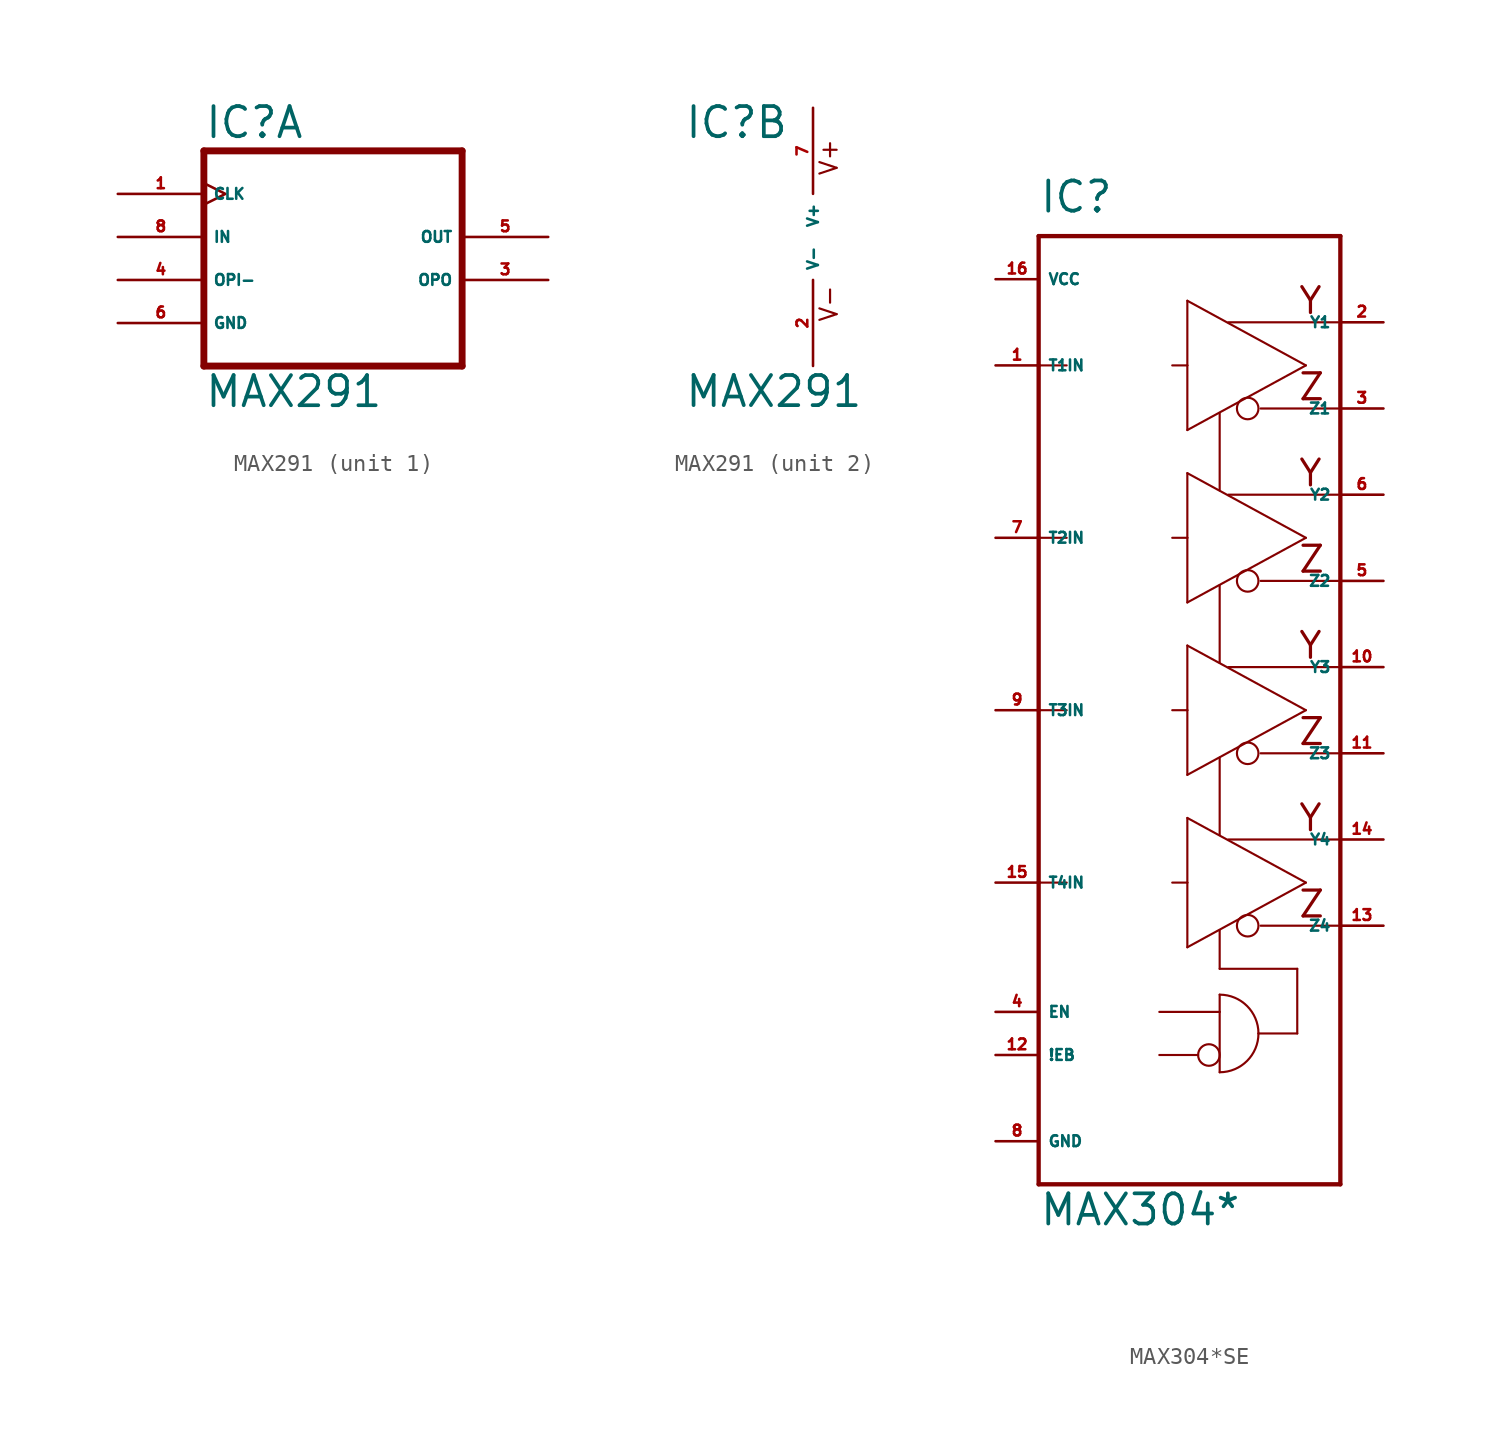
<source format=kicad_sym>
(kicad_symbol_lib
  (version 20220914)
  (generator Eagle2Kicad)
  (symbol "MAX291"
    (property "Reference" "IC"
      (at -7.62 5.715 0)
      (effects (font (size 1.778 1.778) (thickness 0.22)) (justify left bottom)))
    (property "Value" "MAX291"
      (at -7.62 -10.16 0)
      (effects (font (size 1.778 1.778) (thickness 0.22)) (justify left bottom)))
    (symbol "MAX291_1_0"
      (polyline (pts (xy -7.62 5.08) (xy -7.62 -7.62)) (stroke (width 0.406) (type default)) (fill (type none)))
      (polyline (pts (xy -7.62 -7.62) (xy 7.62 -7.62)) (stroke (width 0.406) (type default)) (fill (type none)))
      (polyline (pts (xy 7.62 -7.62) (xy 7.62 5.08)) (stroke (width 0.406) (type default)) (fill (type none)))
      (polyline (pts (xy 7.62 5.08) (xy -7.62 5.08)) (stroke (width 0.406) (type default)) (fill (type none)))
      (pin input clock (at -12.7 2.54 0) (length 5.08) (name "CLK" (effects (font (size 0.635 0.635) (thickness 0.08)) (justify left bottom))) (number "1" (effects (font (size 0.635 0.635) (thickness 0.08)) (justify left bottom))))
      (pin output line (at 12.7 -2.54 180) (length 5.08) (name "OPO" (effects (font (size 0.635 0.635) (thickness 0.08)) (justify left bottom))) (number "3" (effects (font (size 0.635 0.635) (thickness 0.08)) (justify left bottom))))
      (pin input line (at -12.7 -2.54 0) (length 5.08) (name "OPI-" (effects (font (size 0.635 0.635) (thickness 0.08)) (justify left bottom))) (number "4" (effects (font (size 0.635 0.635) (thickness 0.08)) (justify left bottom))))
      (pin output line (at 12.7 0 180) (length 5.08) (name "OUT" (effects (font (size 0.635 0.635) (thickness 0.08)) (justify left bottom))) (number "5" (effects (font (size 0.635 0.635) (thickness 0.08)) (justify left bottom))))
      (pin input line (at -12.7 0 0) (length 5.08) (name "IN" (effects (font (size 0.635 0.635) (thickness 0.08)) (justify left bottom))) (number "8" (effects (font (size 0.635 0.635) (thickness 0.08)) (justify left bottom))))
      (pin unspecified line (at -12.7 -5.08 0) (length 5.08) (name "GND" (effects (font (size 0.635 0.635) (thickness 0.08)) (justify left bottom))) (number "6" (effects (font (size 0.635 0.635) (thickness 0.08)) (justify left bottom)))))
    (symbol "MAX291_2_0"
      (text "V+" (at 1.524 3.556 900) (effects (font (size 1.016 1.016) (thickness 0.13)) (justify left bottom)))
      (text "V-" (at 1.524 -5.08 900) (effects (font (size 1.016 1.016) (thickness 0.13)) (justify left bottom)))
      (pin unspecified line (at 0 7.62 270) (length 5.08) (name "V+" (effects (font (size 0.635 0.635) (thickness 0.08)) (justify left bottom))) (number "7" (effects (font (size 0.635 0.635) (thickness 0.08)) (justify left bottom))))
      (pin unspecified line (at 0 -7.62 90) (length 5.08) (name "V-" (effects (font (size 0.635 0.635) (thickness 0.08)) (justify left bottom))) (number "2" (effects (font (size 0.635 0.635) (thickness 0.08)) (justify left bottom))))))
  (symbol "MAX304*SE"
    (property "Reference" "IC"
      (at -7.62 29.21 0)
      (effects (font (size 1.778 1.778) (thickness 0.22)) (justify left bottom)))
    (property "Value" "MAX304*"
      (at -7.62 -30.48 0)
      (effects (font (size 1.778 1.778) (thickness 0.22)) (justify left bottom)))
    (polyline
      (pts (xy -7.62 27.94) (xy 10.16 27.94))
      (stroke (width 0.254) (type default))
      (fill (type none)))
    (polyline
      (pts (xy 10.16 27.94) (xy 10.16 -27.94))
      (stroke (width 0.254) (type default))
      (fill (type none)))
    (polyline
      (pts (xy 10.16 -27.94) (xy -7.62 -27.94))
      (stroke (width 0.254) (type default))
      (fill (type none)))
    (polyline
      (pts (xy -7.62 27.94) (xy -7.62 20.32))
      (stroke (width 0.254) (type default))
      (fill (type none)))
    (polyline
      (pts (xy -7.62 20.32) (xy -7.62 10.16))
      (stroke (width 0.254) (type default))
      (fill (type none)))
    (polyline
      (pts (xy -7.62 10.16) (xy -7.62 0))
      (stroke (width 0.254) (type default))
      (fill (type none)))
    (polyline
      (pts (xy -7.62 0) (xy -7.62 -10.16))
      (stroke (width 0.254) (type default))
      (fill (type none)))
    (polyline
      (pts (xy -7.62 -10.16) (xy -7.62 -27.94))
      (stroke (width 0.254) (type default))
      (fill (type none)))
    (polyline
      (pts (xy 1.143 16.51) (xy 1.143 20.32))
      (stroke (width 0.127) (type default))
      (fill (type none)))
    (polyline
      (pts (xy 1.143 20.32) (xy 1.143 24.13))
      (stroke (width 0.127) (type default))
      (fill (type none)))
    (polyline
      (pts (xy 1.143 24.13) (xy 8.128 20.32))
      (stroke (width 0.127) (type default))
      (fill (type none)))
    (polyline
      (pts (xy 8.128 20.32) (xy 1.143 16.51))
      (stroke (width 0.127) (type default))
      (fill (type none)))
    (polyline
      (pts (xy 3.048 -12.954) (xy 3.048 -15.24))
      (stroke (width 0.127) (type default))
      (fill (type none)))
    (polyline
      (pts (xy 3.048 -15.24) (xy 7.62 -15.24))
      (stroke (width 0.127) (type default))
      (fill (type none)))
    (polyline
      (pts (xy 7.62 -15.24) (xy 7.62 -19.05))
      (stroke (width 0.127) (type default))
      (fill (type none)))
    (polyline
      (pts (xy 7.62 -19.05) (xy 5.334 -19.05))
      (stroke (width 0.127) (type default))
      (fill (type none)))
    (polyline
      (pts (xy -7.62 20.32) (xy -5.969 20.32))
      (stroke (width 0.127) (type default))
      (fill (type none)))
    (polyline
      (pts (xy 0.254 20.32) (xy 1.143 20.32))
      (stroke (width 0.127) (type default))
      (fill (type none)))
    (polyline
      (pts (xy 5.461 17.78) (xy 10.033 17.78))
      (stroke (width 0.127) (type default))
      (fill (type none)))
    (polyline
      (pts (xy 3.556 22.86) (xy 10.033 22.86))
      (stroke (width 0.127) (type default))
      (fill (type none)))
    (polyline
      (pts (xy 1.143 6.35) (xy 1.143 10.16))
      (stroke (width 0.127) (type default))
      (fill (type none)))
    (polyline
      (pts (xy 1.143 10.16) (xy 1.143 13.97))
      (stroke (width 0.127) (type default))
      (fill (type none)))
    (polyline
      (pts (xy 1.143 13.97) (xy 8.128 10.16))
      (stroke (width 0.127) (type default))
      (fill (type none)))
    (polyline
      (pts (xy 8.128 10.16) (xy 1.143 6.35))
      (stroke (width 0.127) (type default))
      (fill (type none)))
    (polyline
      (pts (xy 3.048 17.526) (xy 3.048 12.954))
      (stroke (width 0.127) (type default))
      (fill (type none)))
    (polyline
      (pts (xy -7.62 10.16) (xy -5.969 10.16))
      (stroke (width 0.127) (type default))
      (fill (type none)))
    (polyline
      (pts (xy 0.254 10.16) (xy 1.143 10.16))
      (stroke (width 0.127) (type default))
      (fill (type none)))
    (polyline
      (pts (xy 5.461 7.62) (xy 10.033 7.62))
      (stroke (width 0.127) (type default))
      (fill (type none)))
    (polyline
      (pts (xy 3.556 12.7) (xy 10.033 12.7))
      (stroke (width 0.127) (type default))
      (fill (type none)))
    (polyline
      (pts (xy 1.143 -3.81) (xy 1.143 0))
      (stroke (width 0.127) (type default))
      (fill (type none)))
    (polyline
      (pts (xy 1.143 0) (xy 1.143 3.81))
      (stroke (width 0.127) (type default))
      (fill (type none)))
    (polyline
      (pts (xy 1.143 3.81) (xy 8.128 0))
      (stroke (width 0.127) (type default))
      (fill (type none)))
    (polyline
      (pts (xy 8.128 0) (xy 1.143 -3.81))
      (stroke (width 0.127) (type default))
      (fill (type none)))
    (polyline
      (pts (xy 3.048 7.366) (xy 3.048 2.794))
      (stroke (width 0.127) (type default))
      (fill (type none)))
    (polyline
      (pts (xy -7.62 0) (xy -5.969 0))
      (stroke (width 0.127) (type default))
      (fill (type none)))
    (polyline
      (pts (xy 0.254 0) (xy 1.143 0))
      (stroke (width 0.127) (type default))
      (fill (type none)))
    (polyline
      (pts (xy 5.461 -2.54) (xy 10.033 -2.54))
      (stroke (width 0.127) (type default))
      (fill (type none)))
    (polyline
      (pts (xy 3.556 2.54) (xy 10.033 2.54))
      (stroke (width 0.127) (type default))
      (fill (type none)))
    (polyline
      (pts (xy 1.143 -13.97) (xy 1.143 -10.16))
      (stroke (width 0.127) (type default))
      (fill (type none)))
    (polyline
      (pts (xy 1.143 -10.16) (xy 1.143 -6.35))
      (stroke (width 0.127) (type default))
      (fill (type none)))
    (polyline
      (pts (xy 1.143 -6.35) (xy 8.128 -10.16))
      (stroke (width 0.127) (type default))
      (fill (type none)))
    (polyline
      (pts (xy 8.128 -10.16) (xy 1.143 -13.97))
      (stroke (width 0.127) (type default))
      (fill (type none)))
    (polyline
      (pts (xy 3.048 -2.794) (xy 3.048 -7.366))
      (stroke (width 0.127) (type default))
      (fill (type none)))
    (polyline
      (pts (xy -7.62 -10.16) (xy -5.969 -10.16))
      (stroke (width 0.127) (type default))
      (fill (type none)))
    (polyline
      (pts (xy 0.254 -10.16) (xy 1.143 -10.16))
      (stroke (width 0.127) (type default))
      (fill (type none)))
    (polyline
      (pts (xy 5.461 -12.7) (xy 10.033 -12.7))
      (stroke (width 0.127) (type default))
      (fill (type none)))
    (polyline
      (pts (xy 3.556 -7.62) (xy 10.033 -7.62))
      (stroke (width 0.127) (type default))
      (fill (type none)))
    (polyline
      (pts (xy 3.048 -16.764) (xy 3.048 -17.78))
      (stroke (width 0.127) (type default))
      (fill (type none)))
    (polyline
      (pts (xy 3.048 -17.78) (xy 3.048 -21.336))
      (stroke (width 0.127) (type default))
      (fill (type none)))
    (arc
      (start 5.334 -19.05)
      (mid 4.664 -17.434)
      (end 3.048 -16.764)
      (stroke (width 0.127) (type default))
      (fill (type none)))
    (arc
      (start 3.048 -21.336)
      (mid 4.664 -20.666)
      (end 5.334 -19.05)
      (stroke (width 0.127) (type default))
      (fill (type none)))
    (polyline
      (pts (xy -0.508 -17.78) (xy 3.048 -17.78))
      (stroke (width 0.127) (type default))
      (fill (type none)))
    (polyline
      (pts (xy -0.508 -20.32) (xy 1.778 -20.32))
      (stroke (width 0.127) (type default))
      (fill (type none)))
    (text "Z"
      (at 7.62 18.161 0)
      (effects (font (size 1.524 1.524) (thickness 0.19)) (justify left bottom)))
    (text "Y"
      (at 7.62 23.241 0)
      (effects (font (size 1.524 1.524) (thickness 0.19)) (justify left bottom)))
    (text "Z"
      (at 7.62 8.001 0)
      (effects (font (size 1.524 1.524) (thickness 0.19)) (justify left bottom)))
    (text "Y"
      (at 7.62 13.081 0)
      (effects (font (size 1.524 1.524) (thickness 0.19)) (justify left bottom)))
    (text "Z"
      (at 7.62 -2.159 0)
      (effects (font (size 1.524 1.524) (thickness 0.19)) (justify left bottom)))
    (text "Y"
      (at 7.62 2.921 0)
      (effects (font (size 1.524 1.524) (thickness 0.19)) (justify left bottom)))
    (text "Z"
      (at 7.62 -12.319 0)
      (effects (font (size 1.524 1.524) (thickness 0.19)) (justify left bottom)))
    (text "Y"
      (at 7.62 -7.239 0)
      (effects (font (size 1.524 1.524) (thickness 0.19)) (justify left bottom)))
    (circle
      (center 4.699 17.78)
      (radius 0.635)
      (stroke (width 0.127) (type default))
      (fill (type none)))
    (circle
      (center 4.699 7.62)
      (radius 0.635)
      (stroke (width 0.127) (type default))
      (fill (type none)))
    (circle
      (center 4.699 -2.54)
      (radius 0.635)
      (stroke (width 0.127) (type default))
      (fill (type none)))
    (circle
      (center 4.699 -12.7)
      (radius 0.635)
      (stroke (width 0.127) (type default))
      (fill (type none)))
    (circle
      (center 2.413 -20.32)
      (radius 0.635)
      (stroke (width 0.127) (type default))
      (fill (type none)))
    (pin input line
      (at -10.16 20.32 0)
      (length 2.54)
      (name "T1IN" (effects (font (size 0.635 0.635) (thickness 0.08)) (justify left bottom)))
      (number "1" (effects (font (size 0.635 0.635) (thickness 0.08)) (justify left bottom))))
    (pin output line
      (at 12.7 17.78 180)
      (length 2.54)
      (name "Z1" (effects (font (size 0.635 0.635) (thickness 0.08)) (justify left bottom)))
      (number "3" (effects (font (size 0.635 0.635) (thickness 0.08)) (justify left bottom))))
    (pin output line
      (at 12.7 22.86 180)
      (length 2.54)
      (name "Y1" (effects (font (size 0.635 0.635) (thickness 0.08)) (justify left bottom)))
      (number "2" (effects (font (size 0.635 0.635) (thickness 0.08)) (justify left bottom))))
    (pin input line
      (at -10.16 -17.78 0)
      (length 2.54)
      (name "EN" (effects (font (size 0.635 0.635) (thickness 0.08)) (justify left bottom)))
      (number "4" (effects (font (size 0.635 0.635) (thickness 0.08)) (justify left bottom))))
    (pin input line
      (at -10.16 -20.32 0)
      (length 2.54)
      (name "!EB" (effects (font (size 0.635 0.635) (thickness 0.08)) (justify left bottom)))
      (number "12" (effects (font (size 0.635 0.635) (thickness 0.08)) (justify left bottom))))
    (pin unspecified line
      (at -10.16 -25.4 0)
      (length 2.54)
      (name "GND" (effects (font (size 0.635 0.635) (thickness 0.08)) (justify left bottom)))
      (number "8" (effects (font (size 0.635 0.635) (thickness 0.08)) (justify left bottom))))
    (pin unspecified line
      (at -10.16 25.4 0)
      (length 2.54)
      (name "VCC" (effects (font (size 0.635 0.635) (thickness 0.08)) (justify left bottom)))
      (number "16" (effects (font (size 0.635 0.635) (thickness 0.08)) (justify left bottom))))
    (pin input line
      (at -10.16 10.16 0)
      (length 2.54)
      (name "T2IN" (effects (font (size 0.635 0.635) (thickness 0.08)) (justify left bottom)))
      (number "7" (effects (font (size 0.635 0.635) (thickness 0.08)) (justify left bottom))))
    (pin output line
      (at 12.7 7.62 180)
      (length 2.54)
      (name "Z2" (effects (font (size 0.635 0.635) (thickness 0.08)) (justify left bottom)))
      (number "5" (effects (font (size 0.635 0.635) (thickness 0.08)) (justify left bottom))))
    (pin output line
      (at 12.7 12.7 180)
      (length 2.54)
      (name "Y2" (effects (font (size 0.635 0.635) (thickness 0.08)) (justify left bottom)))
      (number "6" (effects (font (size 0.635 0.635) (thickness 0.08)) (justify left bottom))))
    (pin input line
      (at -10.16 0 0)
      (length 2.54)
      (name "T3IN" (effects (font (size 0.635 0.635) (thickness 0.08)) (justify left bottom)))
      (number "9" (effects (font (size 0.635 0.635) (thickness 0.08)) (justify left bottom))))
    (pin output line
      (at 12.7 -2.54 180)
      (length 2.54)
      (name "Z3" (effects (font (size 0.635 0.635) (thickness 0.08)) (justify left bottom)))
      (number "11" (effects (font (size 0.635 0.635) (thickness 0.08)) (justify left bottom))))
    (pin output line
      (at 12.7 2.54 180)
      (length 2.54)
      (name "Y3" (effects (font (size 0.635 0.635) (thickness 0.08)) (justify left bottom)))
      (number "10" (effects (font (size 0.635 0.635) (thickness 0.08)) (justify left bottom))))
    (pin input line
      (at -10.16 -10.16 0)
      (length 2.54)
      (name "T4IN" (effects (font (size 0.635 0.635) (thickness 0.08)) (justify left bottom)))
      (number "15" (effects (font (size 0.635 0.635) (thickness 0.08)) (justify left bottom))))
    (pin output line
      (at 12.7 -12.7 180)
      (length 2.54)
      (name "Z4" (effects (font (size 0.635 0.635) (thickness 0.08)) (justify left bottom)))
      (number "13" (effects (font (size 0.635 0.635) (thickness 0.08)) (justify left bottom))))
    (pin output line
      (at 12.7 -7.62 180)
      (length 2.54)
      (name "Y4" (effects (font (size 0.635 0.635) (thickness 0.08)) (justify left bottom)))
      (number "14" (effects (font (size 0.635 0.635) (thickness 0.08)) (justify left bottom))))))
</source>
